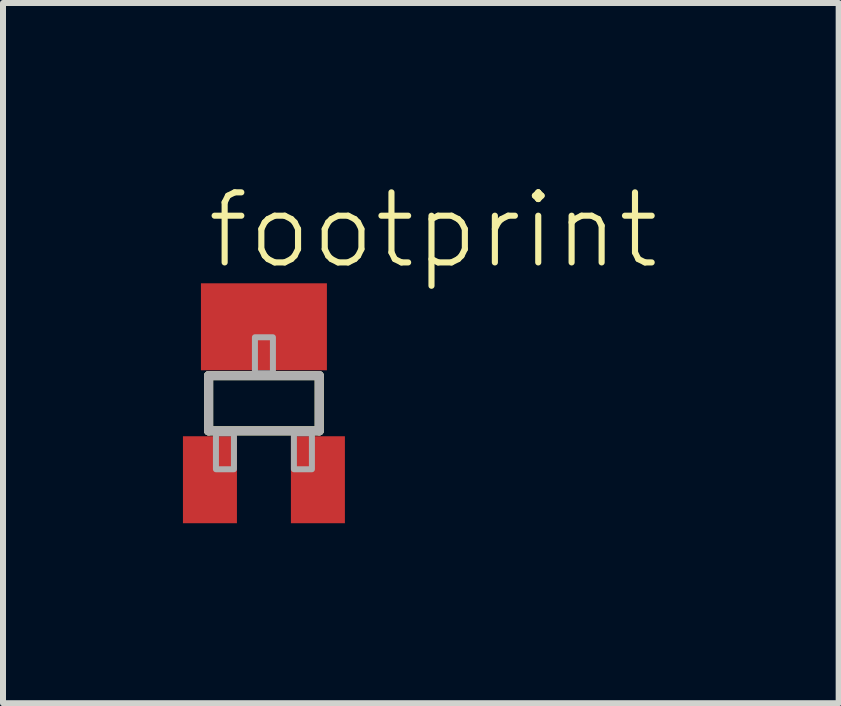
<source format=kicad_pcb>
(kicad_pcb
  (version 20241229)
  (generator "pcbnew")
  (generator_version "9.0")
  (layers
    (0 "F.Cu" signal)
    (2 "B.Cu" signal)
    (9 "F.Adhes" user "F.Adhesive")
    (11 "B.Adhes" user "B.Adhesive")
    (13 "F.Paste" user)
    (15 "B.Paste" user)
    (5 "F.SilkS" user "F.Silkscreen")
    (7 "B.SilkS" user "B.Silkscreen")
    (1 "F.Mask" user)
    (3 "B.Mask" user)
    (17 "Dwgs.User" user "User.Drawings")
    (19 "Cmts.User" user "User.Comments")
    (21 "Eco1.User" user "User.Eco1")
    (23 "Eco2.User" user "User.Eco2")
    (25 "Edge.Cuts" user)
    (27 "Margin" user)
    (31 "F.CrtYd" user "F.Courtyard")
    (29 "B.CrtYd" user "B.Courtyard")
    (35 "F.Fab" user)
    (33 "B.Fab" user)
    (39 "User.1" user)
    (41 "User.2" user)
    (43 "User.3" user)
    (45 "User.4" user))
  (footprint "footprint"
    (layer "F.Cu")
    (at 1.35 3.673)
    (property "Reference" "footprint" (at -1 -2.2 0) (layer "F.SilkS") (effects (font (size 1.168 1.168) (thickness 0.102)) (justify left bottom)))
    (fp_line (start -0.922 -0.46) (end 0.922 -0.46) (stroke (width 0.152) (type solid)) (layer "F.SilkS"))
    (fp_line (start -0.922 0.46) (end -0.922 -0.46) (stroke (width 0.152) (type solid)) (layer "F.SilkS"))
    (fp_line (start 0.922 -0.46) (end 0.922 0.46) (stroke (width 0.152) (type solid)) (layer "F.SilkS"))
    (fp_line (start 0.922 0.46) (end -0.922 0.46) (stroke (width 0.152) (type solid)) (layer "F.SilkS"))
    (fp_line (start -0.922 -0.46) (end 0.922 -0.46) (stroke (width 0.152) (type solid)) (layer "F.Fab"))
    (fp_line (start -0.922 0.46) (end -0.922 -0.46) (stroke (width 0.152) (type solid)) (layer "F.Fab"))
    (fp_line (start 0.922 -0.46) (end 0.922 0.46) (stroke (width 0.152) (type solid)) (layer "F.Fab"))
    (fp_line (start 0.922 0.46) (end -0.922 0.46) (stroke (width 0.152) (type solid)) (layer "F.Fab"))
    (fp_poly (pts (xy -0.8 1.1) (xy -0.5 1.1) (xy -0.5 0.5) (xy -0.8 0.5)) (stroke (width 0.1) (type solid)) (fill no) (layer "F.Fab"))
    (fp_poly (pts (xy -0.15 -0.5) (xy 0.15 -0.5) (xy 0.15 -1.1) (xy -0.15 -1.1)) (stroke (width 0.1) (type solid)) (fill no) (layer "F.Fab"))
    (fp_poly (pts (xy 0.5 1.1) (xy 0.8 1.1) (xy 0.8 0.5) (xy 0.5 0.5)) (stroke (width 0.1) (type solid)) (fill no) (layer "F.Fab"))
    (pad "1" smd rect (at -0.9 1.275) (size 0.9 1.45) (layers "F.Cu" "F.Mask" "F.Paste"))
    (pad "2" smd rect (at 0.9 1.275) (size 0.9 1.45) (layers "F.Cu" "F.Mask" "F.Paste"))
    (pad "3" smd rect (at 0 -1.275) (size 2.1 1.45) (layers "F.Cu" "F.Mask" "F.Paste")))
  (gr_rect
    (start -3 -3)
    (end 10.932 8.673)
    (stroke (width 0.1) (type default))
    (fill no)
    (layer "Edge.Cuts")))
</source>
